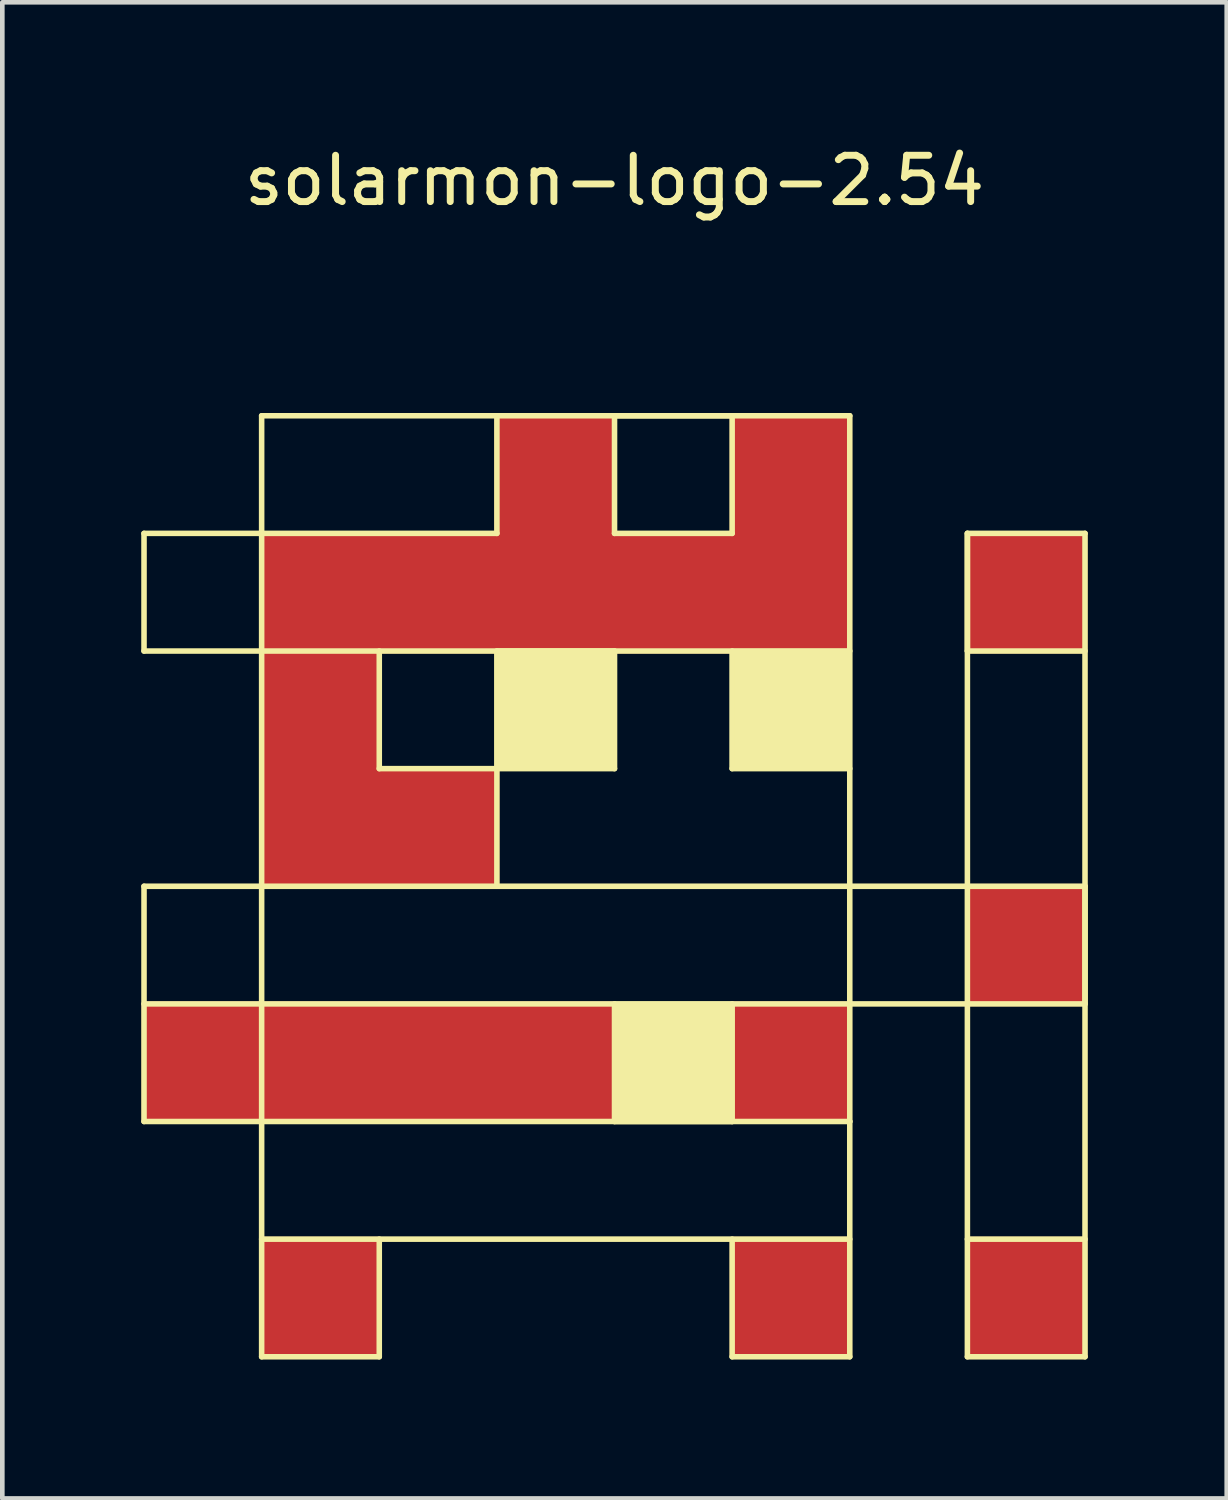
<source format=kicad_pcb>
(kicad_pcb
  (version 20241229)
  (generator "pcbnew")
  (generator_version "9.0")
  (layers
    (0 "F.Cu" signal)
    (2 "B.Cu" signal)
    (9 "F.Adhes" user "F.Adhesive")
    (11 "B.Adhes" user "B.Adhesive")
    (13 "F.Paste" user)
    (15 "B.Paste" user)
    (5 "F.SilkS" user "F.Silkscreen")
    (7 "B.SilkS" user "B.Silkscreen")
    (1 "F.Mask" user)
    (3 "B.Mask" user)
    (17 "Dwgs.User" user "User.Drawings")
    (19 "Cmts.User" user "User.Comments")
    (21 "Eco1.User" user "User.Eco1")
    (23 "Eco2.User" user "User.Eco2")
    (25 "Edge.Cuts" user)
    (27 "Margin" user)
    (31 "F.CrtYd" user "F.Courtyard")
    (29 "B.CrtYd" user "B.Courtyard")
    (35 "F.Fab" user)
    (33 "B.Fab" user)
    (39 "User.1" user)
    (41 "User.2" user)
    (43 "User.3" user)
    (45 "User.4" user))
  (footprint "solarmon-logo-2.54"
    (layer "F.Cu")
    (at 10.22 8.468)
    (property "Reference" "solarmon-logo-2.54" (at 0 -7.62 0) (layer "F.SilkS") (effects (font (size 1 1) (thickness 0.15))))
    (attr through_hole)
    (fp_poly (pts (xy -7.62 12.7) (xy -10.16 12.7) (xy -10.16 10.16) (xy -7.62 10.16)) (stroke (width 0.1) (type solid)) (fill yes) (layer "F.Cu"))
    (fp_poly (pts (xy -5.08 2.54) (xy -7.62 2.54) (xy -7.62 0) (xy -5.08 0)) (stroke (width 0.1) (type solid)) (fill yes) (layer "F.Cu"))
    (fp_poly (pts (xy -5.08 5.08) (xy -7.62 5.08) (xy -7.62 2.54) (xy -5.08 2.54)) (stroke (width 0.1) (type solid)) (fill yes) (layer "F.Cu"))
    (fp_poly (pts (xy -5.08 7.62) (xy -7.62 7.62) (xy -7.62 5.08) (xy -5.08 5.08)) (stroke (width 0.1) (type solid)) (fill yes) (layer "F.Cu"))
    (fp_poly (pts (xy -5.08 12.7) (xy -7.62 12.7) (xy -7.62 10.16) (xy -5.08 10.16)) (stroke (width 0.1) (type solid)) (fill yes) (layer "F.Cu"))
    (fp_poly (pts (xy -5.08 17.78) (xy -7.62 17.78) (xy -7.62 15.24) (xy -5.08 15.24)) (stroke (width 0.1) (type solid)) (fill yes) (layer "F.Cu"))
    (fp_poly (pts (xy -2.54 2.54) (xy -5.08 2.54) (xy -5.08 0) (xy -2.54 0)) (stroke (width 0.1) (type solid)) (fill yes) (layer "F.Cu"))
    (fp_poly (pts (xy -2.54 7.62) (xy -5.08 7.62) (xy -5.08 5.08) (xy -2.54 5.08)) (stroke (width 0.1) (type solid)) (fill yes) (layer "F.Cu"))
    (fp_poly (pts (xy -2.54 12.7) (xy -5.08 12.7) (xy -5.08 10.16) (xy -2.54 10.16)) (stroke (width 0.1) (type solid)) (fill yes) (layer "F.Cu"))
    (fp_poly (pts (xy 0 0) (xy -2.54 0) (xy -2.54 -2.54) (xy 0 -2.54)) (stroke (width 0.1) (type solid)) (fill yes) (layer "F.Cu"))
    (fp_poly (pts (xy 0 2.54) (xy -2.54 2.54) (xy -2.54 0) (xy 0 0)) (stroke (width 0.1) (type solid)) (fill yes) (layer "F.Cu"))
    (fp_poly (pts (xy 0 12.7) (xy -2.54 12.7) (xy -2.54 10.16) (xy 0 10.16)) (stroke (width 0.1) (type solid)) (fill yes) (layer "F.Cu"))
    (fp_poly (pts (xy 2.54 2.54) (xy 0 2.54) (xy 0 0) (xy 2.54 0)) (stroke (width 0.1) (type solid)) (fill yes) (layer "F.Cu"))
    (fp_poly (pts (xy 5.08 0) (xy 2.54 0) (xy 2.54 -2.54) (xy 5.08 -2.54)) (stroke (width 0.1) (type solid)) (fill yes) (layer "F.Cu"))
    (fp_poly (pts (xy 5.08 2.54) (xy 2.54 2.54) (xy 2.54 0) (xy 5.08 0)) (stroke (width 0.1) (type solid)) (fill yes) (layer "F.Cu"))
    (fp_poly (pts (xy 5.08 12.7) (xy 2.54 12.7) (xy 2.54 10.16) (xy 5.08 10.16)) (stroke (width 0.1) (type solid)) (fill yes) (layer "F.Cu"))
    (fp_poly (pts (xy 5.08 17.78) (xy 2.54 17.78) (xy 2.54 15.24) (xy 5.08 15.24)) (stroke (width 0.1) (type solid)) (fill yes) (layer "F.Cu"))
    (fp_poly (pts (xy 10.16 2.54) (xy 7.62 2.54) (xy 7.62 0) (xy 10.16 0)) (stroke (width 0.1) (type solid)) (fill yes) (layer "F.Cu"))
    (fp_poly (pts (xy 10.16 10.16) (xy 7.62 10.16) (xy 7.62 7.62) (xy 10.16 7.62)) (stroke (width 0.1) (type solid)) (fill yes) (layer "F.Cu"))
    (fp_poly (pts (xy 10.16 17.78) (xy 7.62 17.78) (xy 7.62 15.24) (xy 10.16 15.24)) (stroke (width 0.1) (type solid)) (fill yes) (layer "F.Cu"))
    (fp_poly (pts (xy -7.62 2.54) (xy -10.16 2.54) (xy -10.16 0) (xy -7.62 0)) (stroke (width 0.1) (type solid)) (fill yes) (layer "F.Mask"))
    (fp_poly (pts (xy -7.62 12.7) (xy -10.16 12.7) (xy -10.16 10.16) (xy -7.62 10.16)) (stroke (width 0.1) (type solid)) (fill yes) (layer "F.Mask"))
    (fp_poly (pts (xy -5.08 0) (xy -7.62 0) (xy -7.62 -2.54) (xy -5.08 -2.54)) (stroke (width 0.1) (type solid)) (fill yes) (layer "F.Mask"))
    (fp_poly (pts (xy -5.08 17.78) (xy -7.62 17.78) (xy -7.62 15.24) (xy -5.08 15.24)) (stroke (width 0.1) (type solid)) (fill yes) (layer "F.Mask"))
    (fp_poly (pts (xy -2.54 0) (xy -5.08 0) (xy -5.08 -2.54) (xy -2.54 -2.54)) (stroke (width 0.1) (type solid)) (fill yes) (layer "F.Mask"))
    (fp_poly (pts (xy -2.54 5.08) (xy -5.08 5.08) (xy -5.08 2.54) (xy -2.54 2.54)) (stroke (width 0.1) (type solid)) (fill yes) (layer "F.Mask"))
    (fp_poly (pts (xy 0 7.62) (xy -2.54 7.62) (xy -2.54 5.08) (xy 0 5.08)) (stroke (width 0.1) (type solid)) (fill yes) (layer "F.Mask"))
    (fp_poly (pts (xy 2.54 0) (xy 0 0) (xy 0 -2.54) (xy 2.54 -2.54)) (stroke (width 0.1) (type solid)) (fill yes) (layer "F.Mask"))
    (fp_poly (pts (xy 2.54 5.08) (xy 0 5.08) (xy 0 2.54) (xy 2.54 2.54)) (stroke (width 0.1) (type solid)) (fill yes) (layer "F.Mask"))
    (fp_poly (pts (xy 2.54 7.62) (xy 0 7.62) (xy 0 5.08) (xy 2.54 5.08)) (stroke (width 0.1) (type solid)) (fill yes) (layer "F.Mask"))
    (fp_poly (pts (xy 2.54 12.7) (xy 0 12.7) (xy 0 10.16) (xy 2.54 10.16)) (stroke (width 0.1) (type solid)) (fill yes) (layer "F.Mask"))
    (fp_poly (pts (xy 5.08 7.62) (xy 2.54 7.62) (xy 2.54 5.08) (xy 5.08 5.08)) (stroke (width 0.1) (type solid)) (fill yes) (layer "F.Mask"))
    (fp_poly (pts (xy 5.08 17.78) (xy 2.54 17.78) (xy 2.54 15.24) (xy 5.08 15.24)) (stroke (width 0.1) (type solid)) (fill yes) (layer "F.Mask"))
    (fp_line (start -10.16 0) (end -10.16 2.54) (stroke (width 0.12) (type solid)) (layer "F.SilkS"))
    (fp_line (start -10.16 0) (end -2.54 0) (stroke (width 0.12) (type solid)) (layer "F.SilkS"))
    (fp_line (start -10.16 2.54) (end 5.08 2.54) (stroke (width 0.12) (type solid)) (layer "F.SilkS"))
    (fp_line (start -10.16 7.62) (end -10.16 12.7) (stroke (width 0.12) (type solid)) (layer "F.SilkS"))
    (fp_line (start -10.16 10.16) (end 5.08 10.16) (stroke (width 0.12) (type solid)) (layer "F.SilkS"))
    (fp_line (start -10.16 12.7) (end -7.62 12.7) (stroke (width 0.12) (type solid)) (layer "F.SilkS"))
    (fp_line (start -7.62 -2.54) (end 5.08 -2.54) (stroke (width 0.12) (type solid)) (layer "F.SilkS"))
    (fp_line (start -7.62 0) (end -7.62 -2.54) (stroke (width 0.12) (type solid)) (layer "F.SilkS"))
    (fp_line (start -7.62 0) (end -7.62 7.62) (stroke (width 0.12) (type solid)) (layer "F.SilkS"))
    (fp_line (start -7.62 12.7) (end -7.62 7.62) (stroke (width 0.12) (type solid)) (layer "F.SilkS"))
    (fp_line (start -7.62 12.7) (end -7.62 17.78) (stroke (width 0.12) (type solid)) (layer "F.SilkS"))
    (fp_line (start -7.62 15.24) (end 5.08 15.24) (stroke (width 0.12) (type solid)) (layer "F.SilkS"))
    (fp_line (start -7.62 17.78) (end -5.08 17.78) (stroke (width 0.12) (type solid)) (layer "F.SilkS"))
    (fp_line (start -5.08 2.54) (end -5.08 5.08) (stroke (width 0.12) (type solid)) (layer "F.SilkS"))
    (fp_line (start -5.08 5.08) (end -2.54 5.08) (stroke (width 0.12) (type solid)) (layer "F.SilkS"))
    (fp_line (start -5.08 17.78) (end -5.08 15.24) (stroke (width 0.12) (type solid)) (layer "F.SilkS"))
    (fp_line (start -2.54 0) (end -2.54 -2.54) (stroke (width 0.12) (type solid)) (layer "F.SilkS"))
    (fp_line (start -2.54 2.54) (end 0 2.54) (stroke (width 0.12) (type solid)) (layer "F.SilkS"))
    (fp_line (start -2.54 5.08) (end -2.54 2.54) (stroke (width 0.12) (type solid)) (layer "F.SilkS"))
    (fp_line (start -2.54 5.08) (end -2.54 7.62) (stroke (width 0.12) (type solid)) (layer "F.SilkS"))
    (fp_line (start 0 -2.54) (end 0 0) (stroke (width 0.12) (type solid)) (layer "F.SilkS"))
    (fp_line (start 0 -2.54) (end 2.54 -2.54) (stroke (width 0.12) (type solid)) (layer "F.SilkS"))
    (fp_line (start 0 0) (end 2.54 0) (stroke (width 0.12) (type solid)) (layer "F.SilkS"))
    (fp_line (start 0 2.54) (end 0 5.08) (stroke (width 0.12) (type solid)) (layer "F.SilkS"))
    (fp_line (start 0 5.08) (end -2.54 5.08) (stroke (width 0.12) (type solid)) (layer "F.SilkS"))
    (fp_line (start 0 10.16) (end 0 12.7) (stroke (width 0.12) (type solid)) (layer "F.SilkS"))
    (fp_line (start 0 12.7) (end 2.54 12.7) (stroke (width 0.12) (type solid)) (layer "F.SilkS"))
    (fp_line (start 2.54 0) (end 2.54 -2.54) (stroke (width 0.12) (type solid)) (layer "F.SilkS"))
    (fp_line (start 2.54 2.54) (end 2.54 5.08) (stroke (width 0.12) (type solid)) (layer "F.SilkS"))
    (fp_line (start 2.54 5.08) (end 5.08 5.08) (stroke (width 0.12) (type solid)) (layer "F.SilkS"))
    (fp_line (start 2.54 12.7) (end 2.54 10.16) (stroke (width 0.12) (type solid)) (layer "F.SilkS"))
    (fp_line (start 2.54 17.78) (end 2.54 15.24) (stroke (width 0.12) (type solid)) (layer "F.SilkS"))
    (fp_line (start 5.08 -2.54) (end 5.08 12.7) (stroke (width 0.12) (type solid)) (layer "F.SilkS"))
    (fp_line (start 5.08 7.62) (end -10.16 7.62) (stroke (width 0.12) (type solid)) (layer "F.SilkS"))
    (fp_line (start 5.08 7.62) (end 10.16 7.62) (stroke (width 0.12) (type solid)) (layer "F.SilkS"))
    (fp_line (start 5.08 12.7) (end -7.62 12.7) (stroke (width 0.12) (type solid)) (layer "F.SilkS"))
    (fp_line (start 5.08 12.7) (end 5.08 17.78) (stroke (width 0.12) (type solid)) (layer "F.SilkS"))
    (fp_line (start 5.08 17.78) (end 2.54 17.78) (stroke (width 0.12) (type solid)) (layer "F.SilkS"))
    (fp_line (start 7.62 0) (end 7.62 2.54) (stroke (width 0.12) (type solid)) (layer "F.SilkS"))
    (fp_line (start 7.62 0) (end 7.62 17.78) (stroke (width 0.12) (type solid)) (layer "F.SilkS"))
    (fp_line (start 7.62 2.54) (end 10.16 2.54) (stroke (width 0.12) (type solid)) (layer "F.SilkS"))
    (fp_line (start 7.62 15.24) (end 10.16 15.24) (stroke (width 0.12) (type solid)) (layer "F.SilkS"))
    (fp_line (start 7.62 17.78) (end 10.16 17.78) (stroke (width 0.12) (type solid)) (layer "F.SilkS"))
    (fp_line (start 10.16 0) (end 7.62 0) (stroke (width 0.12) (type solid)) (layer "F.SilkS"))
    (fp_line (start 10.16 7.62) (end 10.16 10.16) (stroke (width 0.12) (type solid)) (layer "F.SilkS"))
    (fp_line (start 10.16 10.16) (end 5.08 10.16) (stroke (width 0.12) (type solid)) (layer "F.SilkS"))
    (fp_line (start 10.16 17.78) (end 10.16 0) (stroke (width 0.12) (type solid)) (layer "F.SilkS"))
    (fp_poly (pts (xy 0 5.08) (xy -2.54 5.08) (xy -2.54 2.54) (xy 0 2.54)) (stroke (width 0.1) (type solid)) (fill yes) (layer "F.SilkS"))
    (fp_poly (pts (xy 2.54 12.7) (xy 0 12.7) (xy 0 10.16) (xy 2.54 10.16)) (stroke (width 0.1) (type solid)) (fill yes) (layer "F.SilkS"))
    (fp_poly (pts (xy 5.08 5.08) (xy 2.54 5.08) (xy 2.54 2.54) (xy 5.08 2.54)) (stroke (width 0.1) (type solid)) (fill yes) (layer "F.SilkS")))
  (gr_rect
    (start -3 -3)
    (end 23.44 29.308)
    (stroke (width 0.1) (type default))
    (fill no)
    (layer "Edge.Cuts")))
</source>
